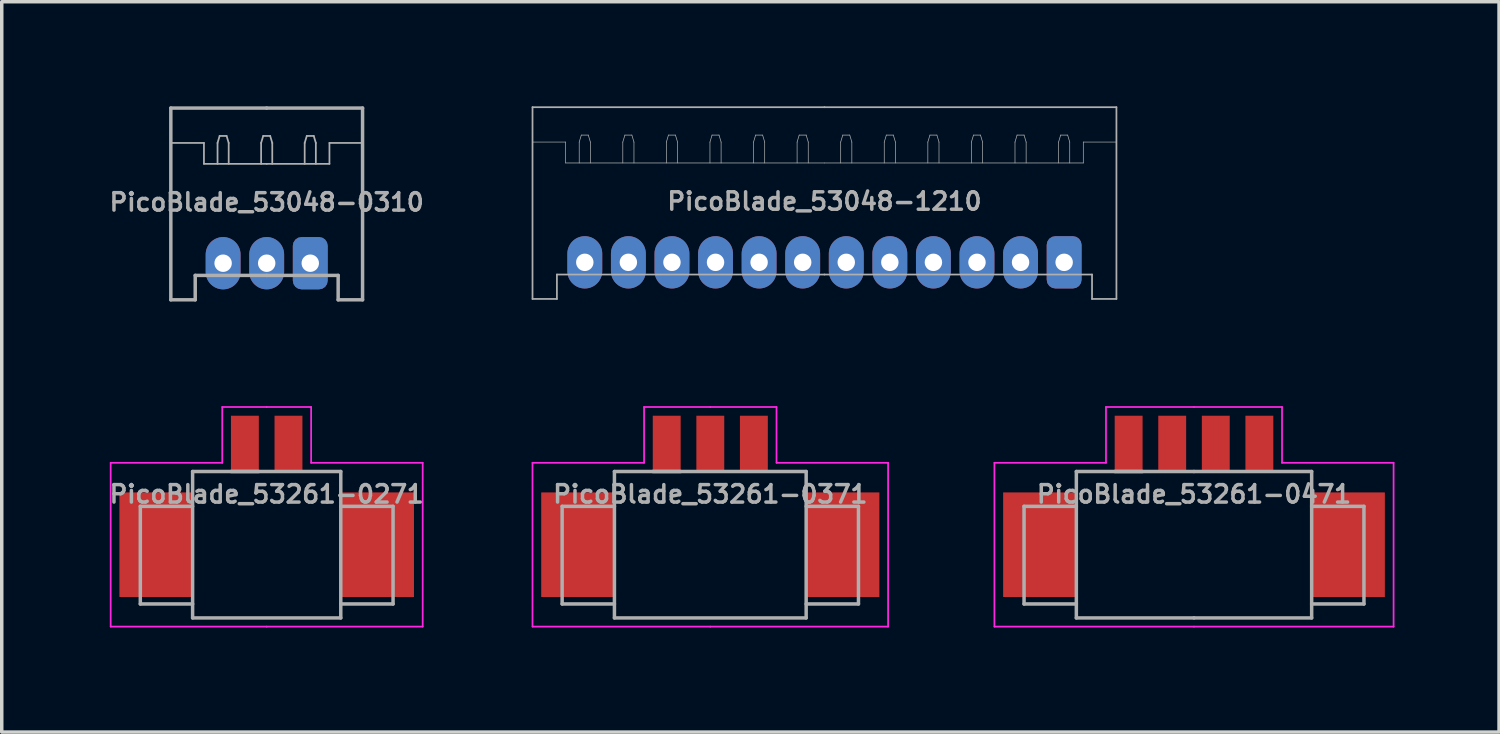
<source format=kicad_pcb>
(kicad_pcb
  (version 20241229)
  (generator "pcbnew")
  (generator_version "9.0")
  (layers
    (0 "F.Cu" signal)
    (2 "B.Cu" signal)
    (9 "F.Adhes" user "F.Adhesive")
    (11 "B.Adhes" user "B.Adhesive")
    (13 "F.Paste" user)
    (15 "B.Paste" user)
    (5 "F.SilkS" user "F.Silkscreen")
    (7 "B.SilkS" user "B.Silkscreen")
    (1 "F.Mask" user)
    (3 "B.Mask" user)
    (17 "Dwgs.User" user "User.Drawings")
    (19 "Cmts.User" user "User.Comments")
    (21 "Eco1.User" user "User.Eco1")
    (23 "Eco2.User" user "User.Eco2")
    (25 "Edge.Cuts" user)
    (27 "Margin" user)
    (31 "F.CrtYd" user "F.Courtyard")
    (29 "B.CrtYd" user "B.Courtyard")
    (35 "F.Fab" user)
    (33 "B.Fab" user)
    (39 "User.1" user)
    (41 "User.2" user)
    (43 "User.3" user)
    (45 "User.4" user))
  (footprint "PicoBlade_53261-0471"
    (layer "F.Cu")
    (at 31.2 11.125)
    (property "Reference" "PicoBlade_53261-0471" (at 0 0 0) (layer "F.Fab") (effects (font (size 0.5 0.5) (thickness 0.1))))
    (attr smd)
    (fp_line (start -5.725 -0.9) (end -5.725 3.8) (stroke (width 0.05) (type solid)) (layer "F.CrtYd"))
    (fp_line (start -5.725 3.8) (end 0 3.8) (stroke (width 0.05) (type solid)) (layer "F.CrtYd"))
    (fp_line (start -2.525 -2.5) (end -2.525 -0.9) (stroke (width 0.05) (type solid)) (layer "F.CrtYd"))
    (fp_line (start -2.525 -0.9) (end -5.725 -0.9) (stroke (width 0.05) (type solid)) (layer "F.CrtYd"))
    (fp_line (start 0 -2.5) (end -2.525 -2.5) (stroke (width 0.05) (type solid)) (layer "F.CrtYd"))
    (fp_line (start 0 -2.5) (end 2.525 -2.5) (stroke (width 0.05) (type solid)) (layer "F.CrtYd"))
    (fp_line (start 2.525 -2.5) (end 2.525 -0.9) (stroke (width 0.05) (type solid)) (layer "F.CrtYd"))
    (fp_line (start 2.525 -0.9) (end 5.725 -0.9) (stroke (width 0.05) (type solid)) (layer "F.CrtYd"))
    (fp_line (start 5.725 -0.9) (end 5.725 3.8) (stroke (width 0.05) (type solid)) (layer "F.CrtYd"))
    (fp_line (start 5.725 3.8) (end 0 3.8) (stroke (width 0.05) (type solid)) (layer "F.CrtYd"))
    (fp_line (start -4.875 0.35) (end -4.875 3.15) (stroke (width 0.1) (type solid)) (layer "F.Fab"))
    (fp_line (start -4.875 3.15) (end -3.375 3.15) (stroke (width 0.1) (type solid)) (layer "F.Fab"))
    (fp_line (start -3.375 -0.65) (end 0 -0.65) (stroke (width 0.1) (type solid)) (layer "F.Fab"))
    (fp_line (start -3.375 0.35) (end -4.875 0.35) (stroke (width 0.1) (type solid)) (layer "F.Fab"))
    (fp_line (start -3.375 3.55) (end -3.375 -0.65) (stroke (width 0.1) (type solid)) (layer "F.Fab"))
    (fp_line (start -1.475 -0.65) (end -2.275 -0.65) (stroke (width 0.1) (type solid)) (layer "F.Fab"))
    (fp_line (start 0 -0.65) (end 3.375 -0.65) (stroke (width 0.1) (type solid)) (layer "F.Fab"))
    (fp_line (start 0 3.55) (end -3.375 3.55) (stroke (width 0.1) (type solid)) (layer "F.Fab"))
    (fp_line (start 3.375 -0.65) (end 3.375 3.55) (stroke (width 0.1) (type solid)) (layer "F.Fab"))
    (fp_line (start 3.375 0.35) (end 4.875 0.35) (stroke (width 0.1) (type solid)) (layer "F.Fab"))
    (fp_line (start 3.375 3.55) (end 0 3.55) (stroke (width 0.1) (type solid)) (layer "F.Fab"))
    (fp_line (start 4.875 0.35) (end 4.875 3.15) (stroke (width 0.1) (type solid)) (layer "F.Fab"))
    (fp_line (start 4.875 3.15) (end 3.375 3.15) (stroke (width 0.1) (type solid)) (layer "F.Fab"))
    (pad "" smd rect (at -4.425 1.45) (size 2.1 3) (layers "F.Cu" "F.Mask" "F.Paste"))
    (pad "" smd rect (at 4.425 1.45) (size 2.1 3) (layers "F.Cu" "F.Mask" "F.Paste"))
    (pad "1" smd rect (at -1.875 -1.45) (size 0.8 1.6) (layers "F.Cu" "F.Mask" "F.Paste"))
    (pad "2" smd rect (at -0.625 -1.45) (size 0.8 1.6) (layers "F.Cu" "F.Mask" "F.Paste"))
    (pad "3" smd rect (at 0.625 -1.45) (size 0.8 1.6) (layers "F.Cu" "F.Mask" "F.Paste"))
    (pad "4" smd rect (at 1.875 -1.45) (size 0.8 1.6) (layers "F.Cu" "F.Mask" "F.Paste")))
  (footprint "PicoBlade_53261-0371"
    (layer "F.Cu")
    (at 17.325 11.125)
    (property "Reference" "PicoBlade_53261-0371" (at 0 0 0) (layer "F.Fab") (effects (font (size 0.5 0.5) (thickness 0.1))))
    (attr smd)
    (fp_line (start -5.1 -0.9) (end -5.1 3.8) (stroke (width 0.05) (type solid)) (layer "F.CrtYd"))
    (fp_line (start -5.1 3.8) (end 0 3.8) (stroke (width 0.05) (type solid)) (layer "F.CrtYd"))
    (fp_line (start -1.9 -2.5) (end -1.9 -0.9) (stroke (width 0.05) (type solid)) (layer "F.CrtYd"))
    (fp_line (start -1.9 -0.9) (end -5.1 -0.9) (stroke (width 0.05) (type solid)) (layer "F.CrtYd"))
    (fp_line (start 0 -2.5) (end -1.9 -2.5) (stroke (width 0.05) (type solid)) (layer "F.CrtYd"))
    (fp_line (start 0 -2.5) (end 1.9 -2.5) (stroke (width 0.05) (type solid)) (layer "F.CrtYd"))
    (fp_line (start 1.9 -2.5) (end 1.9 -0.9) (stroke (width 0.05) (type solid)) (layer "F.CrtYd"))
    (fp_line (start 1.9 -0.9) (end 5.1 -0.9) (stroke (width 0.05) (type solid)) (layer "F.CrtYd"))
    (fp_line (start 5.1 -0.9) (end 5.1 3.8) (stroke (width 0.05) (type solid)) (layer "F.CrtYd"))
    (fp_line (start 5.1 3.8) (end 0 3.8) (stroke (width 0.05) (type solid)) (layer "F.CrtYd"))
    (fp_line (start -4.25 0.35) (end -4.25 3.15) (stroke (width 0.1) (type solid)) (layer "F.Fab"))
    (fp_line (start -4.25 3.15) (end -2.75 3.15) (stroke (width 0.1) (type solid)) (layer "F.Fab"))
    (fp_line (start -2.75 -0.65) (end 2.75 -0.65) (stroke (width 0.1) (type solid)) (layer "F.Fab"))
    (fp_line (start -2.75 0.35) (end -4.25 0.35) (stroke (width 0.1) (type solid)) (layer "F.Fab"))
    (fp_line (start -2.75 3.55) (end -2.75 -0.65) (stroke (width 0.1) (type solid)) (layer "F.Fab"))
    (fp_line (start -0.85 -0.65) (end -1.65 -0.65) (stroke (width 0.1) (type solid)) (layer "F.Fab"))
    (fp_line (start 2.75 -0.65) (end 2.75 3.55) (stroke (width 0.1) (type solid)) (layer "F.Fab"))
    (fp_line (start 2.75 0.35) (end 4.25 0.35) (stroke (width 0.1) (type solid)) (layer "F.Fab"))
    (fp_line (start 2.75 3.55) (end -2.75 3.55) (stroke (width 0.1) (type solid)) (layer "F.Fab"))
    (fp_line (start 4.25 0.35) (end 4.25 3.15) (stroke (width 0.1) (type solid)) (layer "F.Fab"))
    (fp_line (start 4.25 3.15) (end 2.75 3.15) (stroke (width 0.1) (type solid)) (layer "F.Fab"))
    (pad "" smd rect (at -3.8 1.45) (size 2.1 3) (layers "F.Cu" "F.Mask" "F.Paste"))
    (pad "" smd rect (at 3.8 1.45) (size 2.1 3) (layers "F.Cu" "F.Mask" "F.Paste"))
    (pad "1" smd rect (at -1.25 -1.45) (size 0.8 1.6) (layers "F.Cu" "F.Mask" "F.Paste"))
    (pad "2" smd rect (at 0 -1.45) (size 0.8 1.6) (layers "F.Cu" "F.Mask" "F.Paste"))
    (pad "3" smd rect (at 1.25 -1.45) (size 0.8 1.6) (layers "F.Cu" "F.Mask" "F.Paste")))
  (footprint "PicoBlade_53048-0310"
    (layer "F.Cu")
    (at 4.6 4.5)
    (property "Reference" "PicoBlade_53048-0310" (at 0 -1.75 0) (layer "F.Fab") (effects (font (size 0.5 0.5) (thickness 0.1))))
    (attr through_hole)
    (fp_line (start -2.75 -3.45) (end -1.8 -3.45) (stroke (width 0.05) (type solid)) (layer "F.Fab"))
    (fp_line (start -2.75 1.05) (end -2.75 -4.45) (stroke (width 0.1) (type solid)) (layer "F.Fab"))
    (fp_line (start -2.75 1.05) (end -2.05 1.05) (stroke (width 0.1) (type solid)) (layer "F.Fab"))
    (fp_line (start -2.05 1.05) (end -2.05 0.35) (stroke (width 0.1) (type solid)) (layer "F.Fab"))
    (fp_line (start -1.8 -3.45) (end -1.8 -2.85) (stroke (width 0.05) (type solid)) (layer "F.Fab"))
    (fp_line (start -1.8 -2.85) (end 0 -2.85) (stroke (width 0.05) (type solid)) (layer "F.Fab"))
    (fp_line (start -1.41 -3.45) (end -1.35 -3.65) (stroke (width 0.05) (type solid)) (layer "F.Fab"))
    (fp_line (start -1.41 -2.85) (end -1.41 -3.45) (stroke (width 0.05) (type solid)) (layer "F.Fab"))
    (fp_line (start -1.35 -3.65) (end -1.15 -3.65) (stroke (width 0.05) (type solid)) (layer "F.Fab"))
    (fp_line (start -1.15 -3.65) (end -1.09 -3.45) (stroke (width 0.05) (type solid)) (layer "F.Fab"))
    (fp_line (start -1.09 -3.45) (end -1.09 -2.85) (stroke (width 0.05) (type solid)) (layer "F.Fab"))
    (fp_line (start -0.16 -3.45) (end -0.1 -3.65) (stroke (width 0.05) (type solid)) (layer "F.Fab"))
    (fp_line (start -0.16 -2.85) (end -0.16 -3.45) (stroke (width 0.05) (type solid)) (layer "F.Fab"))
    (fp_line (start -0.1 -3.65) (end 0.1 -3.65) (stroke (width 0.05) (type solid)) (layer "F.Fab"))
    (fp_line (start 0 -4.45) (end -2.75 -4.45) (stroke (width 0.1) (type solid)) (layer "F.Fab"))
    (fp_line (start 0 0.35) (end -2.05 0.35) (stroke (width 0.1) (type solid)) (layer "F.Fab"))
    (fp_line (start 0.1 -3.65) (end 0.16 -3.45) (stroke (width 0.05) (type solid)) (layer "F.Fab"))
    (fp_line (start 0.16 -3.45) (end 0.16 -2.85) (stroke (width 0.05) (type solid)) (layer "F.Fab"))
    (fp_line (start 1.09 -3.45) (end 1.15 -3.65) (stroke (width 0.05) (type solid)) (layer "F.Fab"))
    (fp_line (start 1.09 -2.85) (end 1.09 -3.45) (stroke (width 0.05) (type solid)) (layer "F.Fab"))
    (fp_line (start 1.15 -3.65) (end 1.35 -3.65) (stroke (width 0.05) (type solid)) (layer "F.Fab"))
    (fp_line (start 1.35 -3.65) (end 1.41 -3.45) (stroke (width 0.05) (type solid)) (layer "F.Fab"))
    (fp_line (start 1.41 -3.45) (end 1.41 -2.85) (stroke (width 0.05) (type solid)) (layer "F.Fab"))
    (fp_line (start 1.8 -3.45) (end 1.8 -2.85) (stroke (width 0.05) (type solid)) (layer "F.Fab"))
    (fp_line (start 1.8 -2.85) (end 0 -2.85) (stroke (width 0.05) (type solid)) (layer "F.Fab"))
    (fp_line (start 2.05 0.35) (end 0 0.35) (stroke (width 0.1) (type solid)) (layer "F.Fab"))
    (fp_line (start 2.05 1.05) (end 2.05 0.35) (stroke (width 0.1) (type solid)) (layer "F.Fab"))
    (fp_line (start 2.05 1.05) (end 2.75 1.05) (stroke (width 0.1) (type solid)) (layer "F.Fab"))
    (fp_line (start 2.75 -4.45) (end 0 -4.45) (stroke (width 0.1) (type solid)) (layer "F.Fab"))
    (fp_line (start 2.75 -3.45) (end 1.8 -3.45) (stroke (width 0.05) (type solid)) (layer "F.Fab"))
    (fp_line (start 2.75 1.05) (end 2.75 -4.45) (stroke (width 0.1) (type solid)) (layer "F.Fab"))
    (pad "1" thru_hole roundrect (at 1.25 0) (size 1 1.5) (drill 0.5) (layers "*.Cu" "*.Mask") (roundrect_rratio 0.25))
    (pad "2" thru_hole oval (at 0 0) (size 1 1.5) (drill 0.5) (layers "*.Cu" "*.Mask"))
    (pad "3" thru_hole oval (at -1.25 0) (size 1 1.5) (drill 0.5) (layers "*.Cu" "*.Mask")))
  (footprint "PicoBlade_53261-0271"
    (layer "F.Cu")
    (at 4.6 11.125)
    (property "Reference" "PicoBlade_53261-0271" (at 0 0 0) (layer "F.Fab") (effects (font (size 0.5 0.5) (thickness 0.1))))
    (attr smd)
    (fp_line (start -4.475 -0.9) (end -4.475 3.8) (stroke (width 0.05) (type solid)) (layer "F.CrtYd"))
    (fp_line (start -4.475 3.8) (end 0 3.8) (stroke (width 0.05) (type solid)) (layer "F.CrtYd"))
    (fp_line (start -1.275 -2.5) (end -1.275 -0.9) (stroke (width 0.05) (type solid)) (layer "F.CrtYd"))
    (fp_line (start -1.275 -0.9) (end -4.475 -0.9) (stroke (width 0.05) (type solid)) (layer "F.CrtYd"))
    (fp_line (start 0 -2.5) (end -1.275 -2.5) (stroke (width 0.05) (type solid)) (layer "F.CrtYd"))
    (fp_line (start 0 -2.5) (end 1.275 -2.5) (stroke (width 0.05) (type solid)) (layer "F.CrtYd"))
    (fp_line (start 1.275 -2.5) (end 1.275 -0.9) (stroke (width 0.05) (type solid)) (layer "F.CrtYd"))
    (fp_line (start 1.275 -0.9) (end 4.475 -0.9) (stroke (width 0.05) (type solid)) (layer "F.CrtYd"))
    (fp_line (start 4.475 -0.9) (end 4.475 3.8) (stroke (width 0.05) (type solid)) (layer "F.CrtYd"))
    (fp_line (start 4.475 3.8) (end 0 3.8) (stroke (width 0.05) (type solid)) (layer "F.CrtYd"))
    (fp_line (start -3.625 0.35) (end -3.625 3.15) (stroke (width 0.1) (type solid)) (layer "F.Fab"))
    (fp_line (start -3.625 3.15) (end -2.125 3.15) (stroke (width 0.1) (type solid)) (layer "F.Fab"))
    (fp_line (start -2.125 -0.65) (end 2.125 -0.65) (stroke (width 0.1) (type solid)) (layer "F.Fab"))
    (fp_line (start -2.125 0.35) (end -3.625 0.35) (stroke (width 0.1) (type solid)) (layer "F.Fab"))
    (fp_line (start -2.125 3.55) (end -2.125 -0.65) (stroke (width 0.1) (type solid)) (layer "F.Fab"))
    (fp_line (start -0.225 -0.65) (end -1.025 -0.65) (stroke (width 0.1) (type solid)) (layer "F.Fab"))
    (fp_line (start 2.125 -0.65) (end 2.125 3.55) (stroke (width 0.1) (type solid)) (layer "F.Fab"))
    (fp_line (start 2.125 0.35) (end 3.625 0.35) (stroke (width 0.1) (type solid)) (layer "F.Fab"))
    (fp_line (start 2.125 3.55) (end -2.125 3.55) (stroke (width 0.1) (type solid)) (layer "F.Fab"))
    (fp_line (start 3.625 0.35) (end 3.625 3.15) (stroke (width 0.1) (type solid)) (layer "F.Fab"))
    (fp_line (start 3.625 3.15) (end 2.125 3.15) (stroke (width 0.1) (type solid)) (layer "F.Fab"))
    (pad "" smd rect (at -3.175 1.45) (size 2.1 3) (layers "F.Cu" "F.Mask" "F.Paste"))
    (pad "" smd rect (at 3.175 1.45) (size 2.1 3) (layers "F.Cu" "F.Mask" "F.Paste"))
    (pad "1" smd rect (at -0.625 -1.45) (size 0.8 1.6) (layers "F.Cu" "F.Mask" "F.Paste"))
    (pad "2" smd rect (at 0.625 -1.45) (size 0.8 1.6) (layers "F.Cu" "F.Mask" "F.Paste")))
  (footprint "PicoBlade_53048-1210"
    (layer "F.Cu")
    (at 20.6 4.475)
    (property "Reference" "PicoBlade_53048-1210" (at 0 -1.75 0) (layer "F.Fab") (effects (font (size 0.5 0.5) (thickness 0.1))))
    (attr through_hole)
    (fp_line (start -8.375 -3.45) (end -7.425 -3.45) (stroke (width 0.02) (type solid)) (layer "F.Fab"))
    (fp_line (start -8.375 1.05) (end -8.375 -4.45) (stroke (width 0.05) (type solid)) (layer "F.Fab"))
    (fp_line (start -8.375 1.05) (end -7.675 1.05) (stroke (width 0.05) (type solid)) (layer "F.Fab"))
    (fp_line (start -7.675 1.05) (end -7.675 0.35) (stroke (width 0.05) (type solid)) (layer "F.Fab"))
    (fp_line (start -7.425 -3.45) (end -7.425 -2.85) (stroke (width 0.02) (type solid)) (layer "F.Fab"))
    (fp_line (start -7.425 -2.85) (end 0 -2.85) (stroke (width 0.02) (type solid)) (layer "F.Fab"))
    (fp_line (start -7.035 -3.45) (end -6.975 -3.65) (stroke (width 0.02) (type solid)) (layer "F.Fab"))
    (fp_line (start -7.035 -2.85) (end -7.035 -3.45) (stroke (width 0.02) (type solid)) (layer "F.Fab"))
    (fp_line (start -6.975 -3.65) (end -6.775 -3.65) (stroke (width 0.02) (type solid)) (layer "F.Fab"))
    (fp_line (start -6.775 -3.65) (end -6.715 -3.45) (stroke (width 0.02) (type solid)) (layer "F.Fab"))
    (fp_line (start -6.715 -3.45) (end -6.715 -2.85) (stroke (width 0.02) (type solid)) (layer "F.Fab"))
    (fp_line (start -5.785 -3.45) (end -5.725 -3.65) (stroke (width 0.02) (type solid)) (layer "F.Fab"))
    (fp_line (start -5.785 -2.85) (end -5.785 -3.45) (stroke (width 0.02) (type solid)) (layer "F.Fab"))
    (fp_line (start -5.725 -3.65) (end -5.525 -3.65) (stroke (width 0.02) (type solid)) (layer "F.Fab"))
    (fp_line (start -5.525 -3.65) (end -5.465 -3.45) (stroke (width 0.02) (type solid)) (layer "F.Fab"))
    (fp_line (start -5.465 -3.45) (end -5.465 -2.85) (stroke (width 0.02) (type solid)) (layer "F.Fab"))
    (fp_line (start -4.535 -3.45) (end -4.475 -3.65) (stroke (width 0.02) (type solid)) (layer "F.Fab"))
    (fp_line (start -4.535 -2.85) (end -4.535 -3.45) (stroke (width 0.02) (type solid)) (layer "F.Fab"))
    (fp_line (start -4.475 -3.65) (end -4.275 -3.65) (stroke (width 0.02) (type solid)) (layer "F.Fab"))
    (fp_line (start -4.275 -3.65) (end -4.215 -3.45) (stroke (width 0.02) (type solid)) (layer "F.Fab"))
    (fp_line (start -4.215 -3.45) (end -4.215 -2.85) (stroke (width 0.02) (type solid)) (layer "F.Fab"))
    (fp_line (start -3.285 -3.45) (end -3.225 -3.65) (stroke (width 0.02) (type solid)) (layer "F.Fab"))
    (fp_line (start -3.285 -2.85) (end -3.285 -3.45) (stroke (width 0.02) (type solid)) (layer "F.Fab"))
    (fp_line (start -3.225 -3.65) (end -3.025 -3.65) (stroke (width 0.02) (type solid)) (layer "F.Fab"))
    (fp_line (start -3.025 -3.65) (end -2.965 -3.45) (stroke (width 0.02) (type solid)) (layer "F.Fab"))
    (fp_line (start -2.965 -3.45) (end -2.965 -2.85) (stroke (width 0.02) (type solid)) (layer "F.Fab"))
    (fp_line (start -2.035 -3.45) (end -1.975 -3.65) (stroke (width 0.02) (type solid)) (layer "F.Fab"))
    (fp_line (start -2.035 -2.85) (end -2.035 -3.45) (stroke (width 0.02) (type solid)) (layer "F.Fab"))
    (fp_line (start -1.975 -3.65) (end -1.775 -3.65) (stroke (width 0.02) (type solid)) (layer "F.Fab"))
    (fp_line (start -1.775 -3.65) (end -1.715 -3.45) (stroke (width 0.02) (type solid)) (layer "F.Fab"))
    (fp_line (start -1.715 -3.45) (end -1.715 -2.85) (stroke (width 0.02) (type solid)) (layer "F.Fab"))
    (fp_line (start -0.785 -3.45) (end -0.725 -3.65) (stroke (width 0.02) (type solid)) (layer "F.Fab"))
    (fp_line (start -0.785 -2.85) (end -0.785 -3.45) (stroke (width 0.02) (type solid)) (layer "F.Fab"))
    (fp_line (start -0.725 -3.65) (end -0.525 -3.65) (stroke (width 0.02) (type solid)) (layer "F.Fab"))
    (fp_line (start -0.525 -3.65) (end -0.465 -3.45) (stroke (width 0.02) (type solid)) (layer "F.Fab"))
    (fp_line (start -0.465 -3.45) (end -0.465 -2.85) (stroke (width 0.02) (type solid)) (layer "F.Fab"))
    (fp_line (start 0 -4.45) (end -8.375 -4.45) (stroke (width 0.05) (type solid)) (layer "F.Fab"))
    (fp_line (start 0 0.35) (end -7.675 0.35) (stroke (width 0.05) (type solid)) (layer "F.Fab"))
    (fp_line (start 0.465 -3.45) (end 0.525 -3.65) (stroke (width 0.02) (type solid)) (layer "F.Fab"))
    (fp_line (start 0.465 -2.85) (end 0.465 -3.45) (stroke (width 0.02) (type solid)) (layer "F.Fab"))
    (fp_line (start 0.525 -3.65) (end 0.725 -3.65) (stroke (width 0.02) (type solid)) (layer "F.Fab"))
    (fp_line (start 0.725 -3.65) (end 0.785 -3.45) (stroke (width 0.02) (type solid)) (layer "F.Fab"))
    (fp_line (start 0.785 -3.45) (end 0.785 -2.85) (stroke (width 0.02) (type solid)) (layer "F.Fab"))
    (fp_line (start 1.715 -3.45) (end 1.775 -3.65) (stroke (width 0.02) (type solid)) (layer "F.Fab"))
    (fp_line (start 1.715 -2.85) (end 1.715 -3.45) (stroke (width 0.02) (type solid)) (layer "F.Fab"))
    (fp_line (start 1.775 -3.65) (end 1.975 -3.65) (stroke (width 0.02) (type solid)) (layer "F.Fab"))
    (fp_line (start 1.975 -3.65) (end 2.035 -3.45) (stroke (width 0.02) (type solid)) (layer "F.Fab"))
    (fp_line (start 2.035 -3.45) (end 2.035 -2.85) (stroke (width 0.02) (type solid)) (layer "F.Fab"))
    (fp_line (start 2.965 -3.45) (end 3.025 -3.65) (stroke (width 0.02) (type solid)) (layer "F.Fab"))
    (fp_line (start 2.965 -2.85) (end 2.965 -3.45) (stroke (width 0.02) (type solid)) (layer "F.Fab"))
    (fp_line (start 3.025 -3.65) (end 3.225 -3.65) (stroke (width 0.02) (type solid)) (layer "F.Fab"))
    (fp_line (start 3.225 -3.65) (end 3.285 -3.45) (stroke (width 0.02) (type solid)) (layer "F.Fab"))
    (fp_line (start 3.285 -3.45) (end 3.285 -2.85) (stroke (width 0.02) (type solid)) (layer "F.Fab"))
    (fp_line (start 4.215 -3.45) (end 4.275 -3.65) (stroke (width 0.02) (type solid)) (layer "F.Fab"))
    (fp_line (start 4.215 -2.85) (end 4.215 -3.45) (stroke (width 0.02) (type solid)) (layer "F.Fab"))
    (fp_line (start 4.275 -3.65) (end 4.475 -3.65) (stroke (width 0.02) (type solid)) (layer "F.Fab"))
    (fp_line (start 4.475 -3.65) (end 4.535 -3.45) (stroke (width 0.02) (type solid)) (layer "F.Fab"))
    (fp_line (start 4.535 -3.45) (end 4.535 -2.85) (stroke (width 0.02) (type solid)) (layer "F.Fab"))
    (fp_line (start 5.465 -3.45) (end 5.525 -3.65) (stroke (width 0.02) (type solid)) (layer "F.Fab"))
    (fp_line (start 5.465 -2.85) (end 5.465 -3.45) (stroke (width 0.02) (type solid)) (layer "F.Fab"))
    (fp_line (start 5.525 -3.65) (end 5.725 -3.65) (stroke (width 0.02) (type solid)) (layer "F.Fab"))
    (fp_line (start 5.725 -3.65) (end 5.785 -3.45) (stroke (width 0.02) (type solid)) (layer "F.Fab"))
    (fp_line (start 5.785 -3.45) (end 5.785 -2.85) (stroke (width 0.02) (type solid)) (layer "F.Fab"))
    (fp_line (start 6.715 -3.45) (end 6.775 -3.65) (stroke (width 0.02) (type solid)) (layer "F.Fab"))
    (fp_line (start 6.715 -2.85) (end 6.715 -3.45) (stroke (width 0.02) (type solid)) (layer "F.Fab"))
    (fp_line (start 6.775 -3.65) (end 6.975 -3.65) (stroke (width 0.02) (type solid)) (layer "F.Fab"))
    (fp_line (start 6.975 -3.65) (end 7.035 -3.45) (stroke (width 0.02) (type solid)) (layer "F.Fab"))
    (fp_line (start 7.035 -3.45) (end 7.035 -2.85) (stroke (width 0.02) (type solid)) (layer "F.Fab"))
    (fp_line (start 7.425 -3.45) (end 7.425 -2.85) (stroke (width 0.02) (type solid)) (layer "F.Fab"))
    (fp_line (start 7.425 -2.85) (end 0 -2.85) (stroke (width 0.02) (type solid)) (layer "F.Fab"))
    (fp_line (start 7.675 0.35) (end 0 0.35) (stroke (width 0.05) (type solid)) (layer "F.Fab"))
    (fp_line (start 7.675 1.05) (end 7.675 0.35) (stroke (width 0.05) (type solid)) (layer "F.Fab"))
    (fp_line (start 7.675 1.05) (end 8.375 1.05) (stroke (width 0.05) (type solid)) (layer "F.Fab"))
    (fp_line (start 8.375 -4.45) (end 0 -4.45) (stroke (width 0.05) (type solid)) (layer "F.Fab"))
    (fp_line (start 8.375 -3.45) (end 7.425 -3.45) (stroke (width 0.02) (type solid)) (layer "F.Fab"))
    (fp_line (start 8.375 1.05) (end 8.375 -4.45) (stroke (width 0.05) (type solid)) (layer "F.Fab"))
    (pad "1" thru_hole roundrect (at 6.875 0) (size 1 1.5) (drill 0.5) (layers "*.Cu" "*.Mask") (roundrect_rratio 0.25))
    (pad "2" thru_hole oval (at 5.625 0) (size 1 1.5) (drill 0.5) (layers "*.Cu" "*.Mask"))
    (pad "3" thru_hole oval (at 4.375 0) (size 1 1.5) (drill 0.5) (layers "*.Cu" "*.Mask"))
    (pad "4" thru_hole oval (at 3.125 0) (size 1 1.5) (drill 0.5) (layers "*.Cu" "*.Mask"))
    (pad "5" thru_hole oval (at 1.875 0) (size 1 1.5) (drill 0.5) (layers "*.Cu" "*.Mask"))
    (pad "6" thru_hole oval (at 0.625 0) (size 1 1.5) (drill 0.5) (layers "*.Cu" "*.Mask"))
    (pad "7" thru_hole oval (at -0.625 0) (size 1 1.5) (drill 0.5) (layers "*.Cu" "*.Mask"))
    (pad "8" thru_hole oval (at -1.875 0) (size 1 1.5) (drill 0.5) (layers "*.Cu" "*.Mask"))
    (pad "9" thru_hole oval (at -3.125 0) (size 1 1.5) (drill 0.5) (layers "*.Cu" "*.Mask"))
    (pad "10" thru_hole oval (at -4.375 0) (size 1 1.5) (drill 0.5) (layers "*.Cu" "*.Mask"))
    (pad "11" thru_hole oval (at -5.625 0) (size 1 1.5) (drill 0.5) (layers "*.Cu" "*.Mask"))
    (pad "12" thru_hole oval (at -6.875 0) (size 1 1.5) (drill 0.5) (layers "*.Cu" "*.Mask")))
  (gr_rect
    (start -3 -3)
    (end 39.95 17.95)
    (stroke (width 0.1) (type default))
    (fill no)
    (layer "Edge.Cuts")))
</source>
